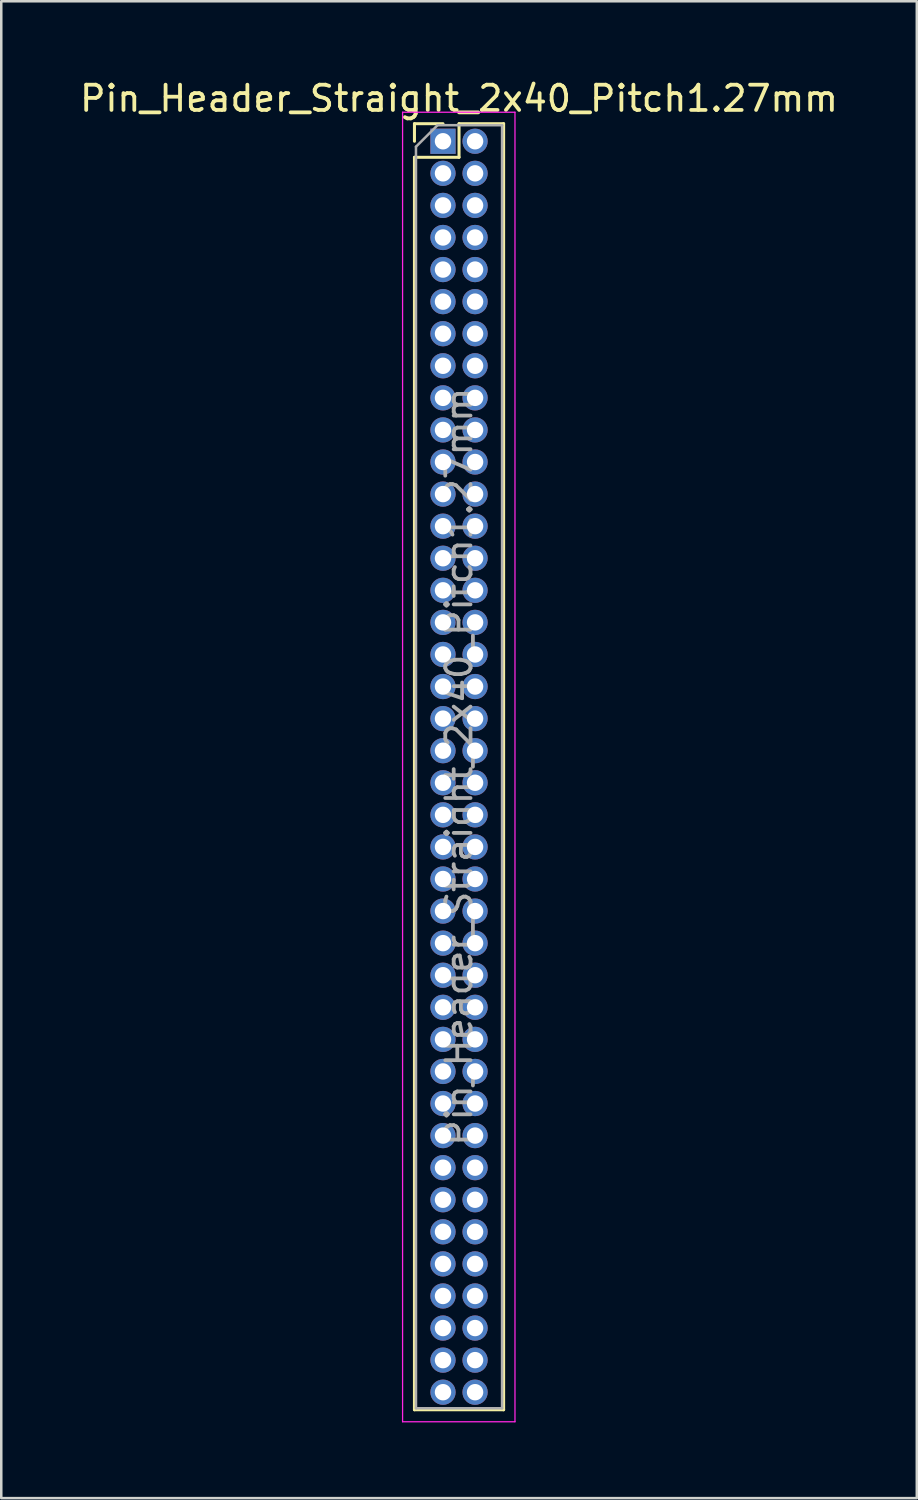
<source format=kicad_pcb>
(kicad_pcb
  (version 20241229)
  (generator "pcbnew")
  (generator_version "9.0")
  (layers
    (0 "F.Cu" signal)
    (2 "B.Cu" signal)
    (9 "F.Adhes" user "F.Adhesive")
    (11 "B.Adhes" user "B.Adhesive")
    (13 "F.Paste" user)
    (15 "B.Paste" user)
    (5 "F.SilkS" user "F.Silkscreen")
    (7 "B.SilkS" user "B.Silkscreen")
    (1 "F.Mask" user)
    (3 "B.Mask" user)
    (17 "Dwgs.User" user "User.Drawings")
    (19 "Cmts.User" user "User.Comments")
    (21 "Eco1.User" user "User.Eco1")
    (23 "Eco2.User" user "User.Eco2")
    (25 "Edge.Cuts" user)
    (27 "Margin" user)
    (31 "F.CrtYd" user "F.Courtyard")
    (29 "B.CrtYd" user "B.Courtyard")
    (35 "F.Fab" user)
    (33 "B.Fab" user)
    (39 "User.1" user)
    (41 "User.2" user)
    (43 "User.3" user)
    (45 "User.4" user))
  (footprint "Pin_Header_Straight_2x40_Pitch1.27mm"
    (layer "F.Cu")
    (at 14.49 2.543)
    (property "Reference" "Pin_Header_Straight_2x40_Pitch1.27mm" (at 0.635 -1.695 0) (layer "F.SilkS") (effects (font (size 1 1) (thickness 0.15))))
    (attr through_hole)
    (fp_line (start -1.13 -0.695) (end 0 -0.695) (stroke (width 0.12) (type solid)) (layer "F.SilkS"))
    (fp_line (start -1.13 0) (end -1.13 -0.695) (stroke (width 0.12) (type solid)) (layer "F.SilkS"))
    (fp_line (start -1.13 0.635) (end -1.13 50.225) (stroke (width 0.12) (type solid)) (layer "F.SilkS"))
    (fp_line (start -1.13 50.225) (end 2.4 50.225) (stroke (width 0.12) (type solid)) (layer "F.SilkS"))
    (fp_line (start 0.635 -0.695) (end 0.635 0.635) (stroke (width 0.12) (type solid)) (layer "F.SilkS"))
    (fp_line (start 0.635 0.635) (end -1.13 0.635) (stroke (width 0.12) (type solid)) (layer "F.SilkS"))
    (fp_line (start 2.4 -0.695) (end 0.635 -0.695) (stroke (width 0.12) (type solid)) (layer "F.SilkS"))
    (fp_line (start 2.4 50.225) (end 2.4 -0.695) (stroke (width 0.12) (type solid)) (layer "F.SilkS"))
    (fp_line (start -1.6 -1.15) (end -1.6 50.7) (stroke (width 0.05) (type solid)) (layer "F.CrtYd"))
    (fp_line (start -1.6 50.7) (end 2.85 50.7) (stroke (width 0.05) (type solid)) (layer "F.CrtYd"))
    (fp_line (start 2.85 -1.15) (end -1.6 -1.15) (stroke (width 0.05) (type solid)) (layer "F.CrtYd"))
    (fp_line (start 2.85 50.7) (end 2.85 -1.15) (stroke (width 0.05) (type solid)) (layer "F.CrtYd"))
    (fp_line (start -1.07 0.217) (end -0.217 -0.635) (stroke (width 0.1) (type solid)) (layer "F.Fab"))
    (fp_line (start -1.07 50.165) (end -1.07 0.217) (stroke (width 0.1) (type solid)) (layer "F.Fab"))
    (fp_line (start -0.217 -0.635) (end 2.34 -0.635) (stroke (width 0.1) (type solid)) (layer "F.Fab"))
    (fp_line (start 2.34 -0.635) (end 2.34 50.165) (stroke (width 0.1) (type solid)) (layer "F.Fab"))
    (fp_line (start 2.34 50.165) (end -1.07 50.165) (stroke (width 0.1) (type solid)) (layer "F.Fab"))
    (fp_text user "${REFERENCE}" (at 0.635 24.765 90) (layer "F.Fab") (effects (font (size 1 1) (thickness 0.15))))
    (pad "1" thru_hole rect (at 0 0) (size 1 1) (drill 0.65) (layers "*.Cu" "*.Mask"))
    (pad "2" thru_hole oval (at 1.27 0) (size 1 1) (drill 0.65) (layers "*.Cu" "*.Mask"))
    (pad "3" thru_hole oval (at 0 1.27) (size 1 1) (drill 0.65) (layers "*.Cu" "*.Mask"))
    (pad "4" thru_hole oval (at 1.27 1.27) (size 1 1) (drill 0.65) (layers "*.Cu" "*.Mask"))
    (pad "5" thru_hole oval (at 0 2.54) (size 1 1) (drill 0.65) (layers "*.Cu" "*.Mask"))
    (pad "6" thru_hole oval (at 1.27 2.54) (size 1 1) (drill 0.65) (layers "*.Cu" "*.Mask"))
    (pad "7" thru_hole oval (at 0 3.81) (size 1 1) (drill 0.65) (layers "*.Cu" "*.Mask"))
    (pad "8" thru_hole oval (at 1.27 3.81) (size 1 1) (drill 0.65) (layers "*.Cu" "*.Mask"))
    (pad "9" thru_hole oval (at 0 5.08) (size 1 1) (drill 0.65) (layers "*.Cu" "*.Mask"))
    (pad "10" thru_hole oval (at 1.27 5.08) (size 1 1) (drill 0.65) (layers "*.Cu" "*.Mask"))
    (pad "11" thru_hole oval (at 0 6.35) (size 1 1) (drill 0.65) (layers "*.Cu" "*.Mask"))
    (pad "12" thru_hole oval (at 1.27 6.35) (size 1 1) (drill 0.65) (layers "*.Cu" "*.Mask"))
    (pad "13" thru_hole oval (at 0 7.62) (size 1 1) (drill 0.65) (layers "*.Cu" "*.Mask"))
    (pad "14" thru_hole oval (at 1.27 7.62) (size 1 1) (drill 0.65) (layers "*.Cu" "*.Mask"))
    (pad "15" thru_hole oval (at 0 8.89) (size 1 1) (drill 0.65) (layers "*.Cu" "*.Mask"))
    (pad "16" thru_hole oval (at 1.27 8.89) (size 1 1) (drill 0.65) (layers "*.Cu" "*.Mask"))
    (pad "17" thru_hole oval (at 0 10.16) (size 1 1) (drill 0.65) (layers "*.Cu" "*.Mask"))
    (pad "18" thru_hole oval (at 1.27 10.16) (size 1 1) (drill 0.65) (layers "*.Cu" "*.Mask"))
    (pad "19" thru_hole oval (at 0 11.43) (size 1 1) (drill 0.65) (layers "*.Cu" "*.Mask"))
    (pad "20" thru_hole oval (at 1.27 11.43) (size 1 1) (drill 0.65) (layers "*.Cu" "*.Mask"))
    (pad "21" thru_hole oval (at 0 12.7) (size 1 1) (drill 0.65) (layers "*.Cu" "*.Mask"))
    (pad "22" thru_hole oval (at 1.27 12.7) (size 1 1) (drill 0.65) (layers "*.Cu" "*.Mask"))
    (pad "23" thru_hole oval (at 0 13.97) (size 1 1) (drill 0.65) (layers "*.Cu" "*.Mask"))
    (pad "24" thru_hole oval (at 1.27 13.97) (size 1 1) (drill 0.65) (layers "*.Cu" "*.Mask"))
    (pad "25" thru_hole oval (at 0 15.24) (size 1 1) (drill 0.65) (layers "*.Cu" "*.Mask"))
    (pad "26" thru_hole oval (at 1.27 15.24) (size 1 1) (drill 0.65) (layers "*.Cu" "*.Mask"))
    (pad "27" thru_hole oval (at 0 16.51) (size 1 1) (drill 0.65) (layers "*.Cu" "*.Mask"))
    (pad "28" thru_hole oval (at 1.27 16.51) (size 1 1) (drill 0.65) (layers "*.Cu" "*.Mask"))
    (pad "29" thru_hole oval (at 0 17.78) (size 1 1) (drill 0.65) (layers "*.Cu" "*.Mask"))
    (pad "30" thru_hole oval (at 1.27 17.78) (size 1 1) (drill 0.65) (layers "*.Cu" "*.Mask"))
    (pad "31" thru_hole oval (at 0 19.05) (size 1 1) (drill 0.65) (layers "*.Cu" "*.Mask"))
    (pad "32" thru_hole oval (at 1.27 19.05) (size 1 1) (drill 0.65) (layers "*.Cu" "*.Mask"))
    (pad "33" thru_hole oval (at 0 20.32) (size 1 1) (drill 0.65) (layers "*.Cu" "*.Mask"))
    (pad "34" thru_hole oval (at 1.27 20.32) (size 1 1) (drill 0.65) (layers "*.Cu" "*.Mask"))
    (pad "35" thru_hole oval (at 0 21.59) (size 1 1) (drill 0.65) (layers "*.Cu" "*.Mask"))
    (pad "36" thru_hole oval (at 1.27 21.59) (size 1 1) (drill 0.65) (layers "*.Cu" "*.Mask"))
    (pad "37" thru_hole oval (at 0 22.86) (size 1 1) (drill 0.65) (layers "*.Cu" "*.Mask"))
    (pad "38" thru_hole oval (at 1.27 22.86) (size 1 1) (drill 0.65) (layers "*.Cu" "*.Mask"))
    (pad "39" thru_hole oval (at 0 24.13) (size 1 1) (drill 0.65) (layers "*.Cu" "*.Mask"))
    (pad "40" thru_hole oval (at 1.27 24.13) (size 1 1) (drill 0.65) (layers "*.Cu" "*.Mask"))
    (pad "41" thru_hole oval (at 0 25.4) (size 1 1) (drill 0.65) (layers "*.Cu" "*.Mask"))
    (pad "42" thru_hole oval (at 1.27 25.4) (size 1 1) (drill 0.65) (layers "*.Cu" "*.Mask"))
    (pad "43" thru_hole oval (at 0 26.67) (size 1 1) (drill 0.65) (layers "*.Cu" "*.Mask"))
    (pad "44" thru_hole oval (at 1.27 26.67) (size 1 1) (drill 0.65) (layers "*.Cu" "*.Mask"))
    (pad "45" thru_hole oval (at 0 27.94) (size 1 1) (drill 0.65) (layers "*.Cu" "*.Mask"))
    (pad "46" thru_hole oval (at 1.27 27.94) (size 1 1) (drill 0.65) (layers "*.Cu" "*.Mask"))
    (pad "47" thru_hole oval (at 0 29.21) (size 1 1) (drill 0.65) (layers "*.Cu" "*.Mask"))
    (pad "48" thru_hole oval (at 1.27 29.21) (size 1 1) (drill 0.65) (layers "*.Cu" "*.Mask"))
    (pad "49" thru_hole oval (at 0 30.48) (size 1 1) (drill 0.65) (layers "*.Cu" "*.Mask"))
    (pad "50" thru_hole oval (at 1.27 30.48) (size 1 1) (drill 0.65) (layers "*.Cu" "*.Mask"))
    (pad "51" thru_hole oval (at 0 31.75) (size 1 1) (drill 0.65) (layers "*.Cu" "*.Mask"))
    (pad "52" thru_hole oval (at 1.27 31.75) (size 1 1) (drill 0.65) (layers "*.Cu" "*.Mask"))
    (pad "53" thru_hole oval (at 0 33.02) (size 1 1) (drill 0.65) (layers "*.Cu" "*.Mask"))
    (pad "54" thru_hole oval (at 1.27 33.02) (size 1 1) (drill 0.65) (layers "*.Cu" "*.Mask"))
    (pad "55" thru_hole oval (at 0 34.29) (size 1 1) (drill 0.65) (layers "*.Cu" "*.Mask"))
    (pad "56" thru_hole oval (at 1.27 34.29) (size 1 1) (drill 0.65) (layers "*.Cu" "*.Mask"))
    (pad "57" thru_hole oval (at 0 35.56) (size 1 1) (drill 0.65) (layers "*.Cu" "*.Mask"))
    (pad "58" thru_hole oval (at 1.27 35.56) (size 1 1) (drill 0.65) (layers "*.Cu" "*.Mask"))
    (pad "59" thru_hole oval (at 0 36.83) (size 1 1) (drill 0.65) (layers "*.Cu" "*.Mask"))
    (pad "60" thru_hole oval (at 1.27 36.83) (size 1 1) (drill 0.65) (layers "*.Cu" "*.Mask"))
    (pad "61" thru_hole oval (at 0 38.1) (size 1 1) (drill 0.65) (layers "*.Cu" "*.Mask"))
    (pad "62" thru_hole oval (at 1.27 38.1) (size 1 1) (drill 0.65) (layers "*.Cu" "*.Mask"))
    (pad "63" thru_hole oval (at 0 39.37) (size 1 1) (drill 0.65) (layers "*.Cu" "*.Mask"))
    (pad "64" thru_hole oval (at 1.27 39.37) (size 1 1) (drill 0.65) (layers "*.Cu" "*.Mask"))
    (pad "65" thru_hole oval (at 0 40.64) (size 1 1) (drill 0.65) (layers "*.Cu" "*.Mask"))
    (pad "66" thru_hole oval (at 1.27 40.64) (size 1 1) (drill 0.65) (layers "*.Cu" "*.Mask"))
    (pad "67" thru_hole oval (at 0 41.91) (size 1 1) (drill 0.65) (layers "*.Cu" "*.Mask"))
    (pad "68" thru_hole oval (at 1.27 41.91) (size 1 1) (drill 0.65) (layers "*.Cu" "*.Mask"))
    (pad "69" thru_hole oval (at 0 43.18) (size 1 1) (drill 0.65) (layers "*.Cu" "*.Mask"))
    (pad "70" thru_hole oval (at 1.27 43.18) (size 1 1) (drill 0.65) (layers "*.Cu" "*.Mask"))
    (pad "71" thru_hole oval (at 0 44.45) (size 1 1) (drill 0.65) (layers "*.Cu" "*.Mask"))
    (pad "72" thru_hole oval (at 1.27 44.45) (size 1 1) (drill 0.65) (layers "*.Cu" "*.Mask"))
    (pad "73" thru_hole oval (at 0 45.72) (size 1 1) (drill 0.65) (layers "*.Cu" "*.Mask"))
    (pad "74" thru_hole oval (at 1.27 45.72) (size 1 1) (drill 0.65) (layers "*.Cu" "*.Mask"))
    (pad "75" thru_hole oval (at 0 46.99) (size 1 1) (drill 0.65) (layers "*.Cu" "*.Mask"))
    (pad "76" thru_hole oval (at 1.27 46.99) (size 1 1) (drill 0.65) (layers "*.Cu" "*.Mask"))
    (pad "77" thru_hole oval (at 0 48.26) (size 1 1) (drill 0.65) (layers "*.Cu" "*.Mask"))
    (pad "78" thru_hole oval (at 1.27 48.26) (size 1 1) (drill 0.65) (layers "*.Cu" "*.Mask"))
    (pad "79" thru_hole oval (at 0 49.53) (size 1 1) (drill 0.65) (layers "*.Cu" "*.Mask"))
    (pad "80" thru_hole oval (at 1.27 49.53) (size 1 1) (drill 0.65) (layers "*.Cu" "*.Mask")))
  (gr_rect
    (start -3 -3)
    (end 33.25 56.268)
    (stroke (width 0.1) (type default))
    (fill no)
    (layer "Edge.Cuts")))
</source>
